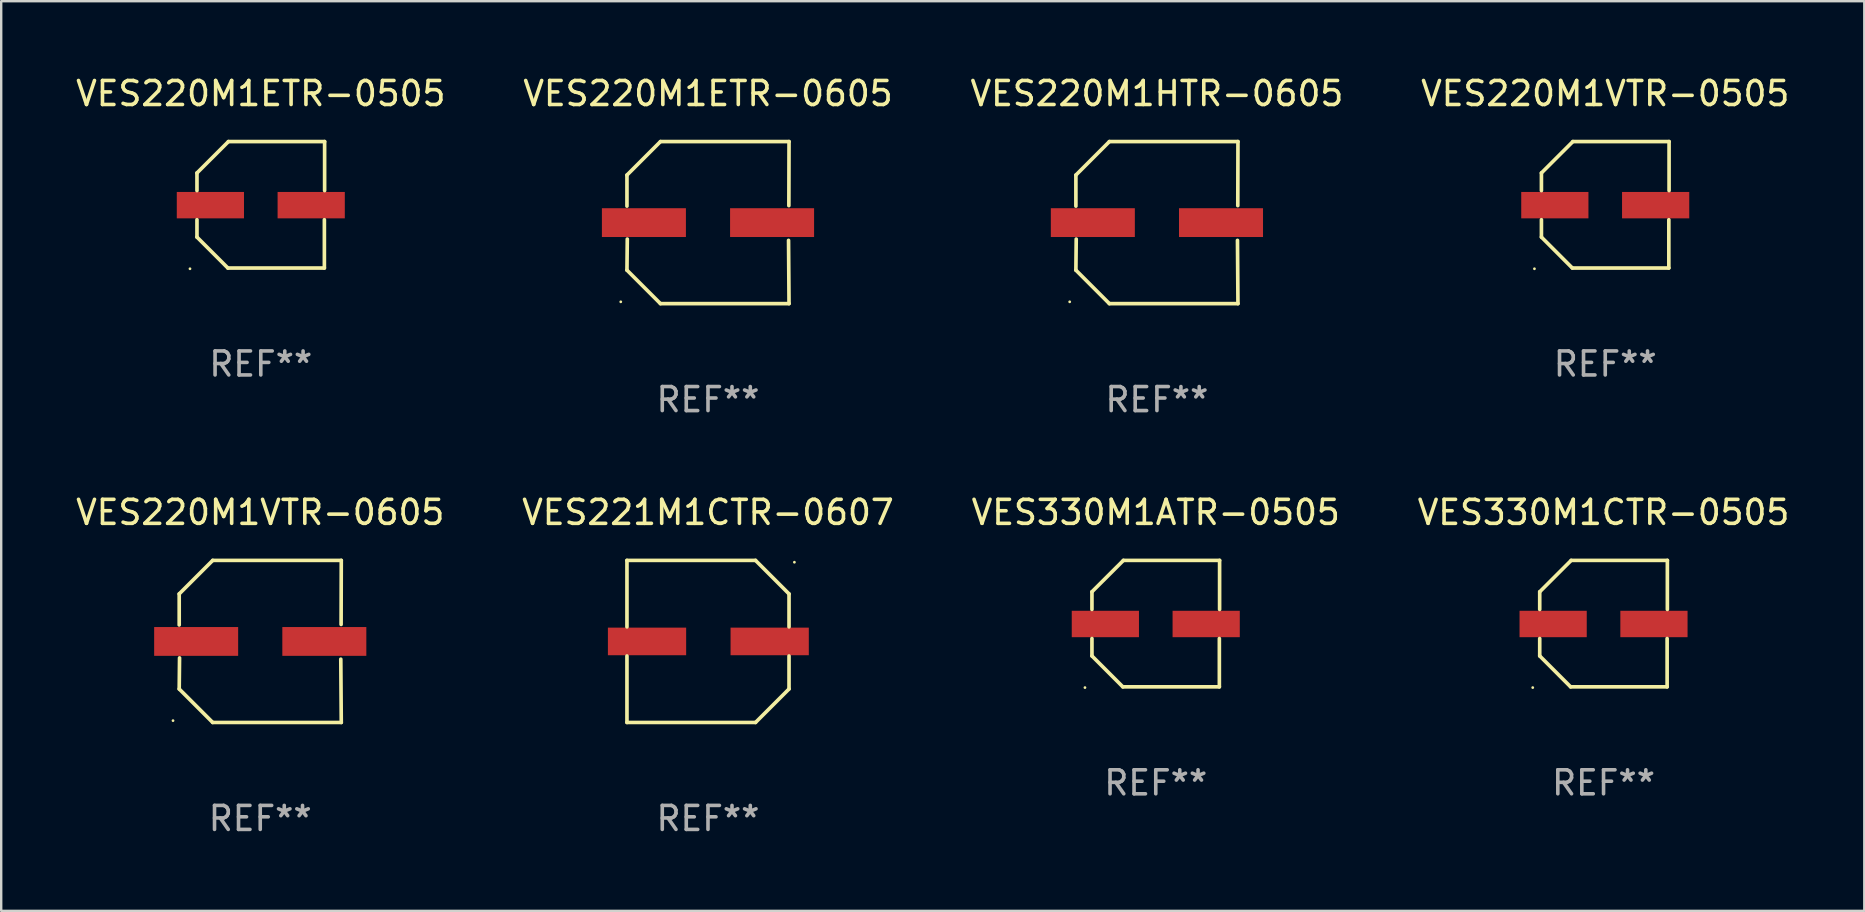
<source format=kicad_pcb>
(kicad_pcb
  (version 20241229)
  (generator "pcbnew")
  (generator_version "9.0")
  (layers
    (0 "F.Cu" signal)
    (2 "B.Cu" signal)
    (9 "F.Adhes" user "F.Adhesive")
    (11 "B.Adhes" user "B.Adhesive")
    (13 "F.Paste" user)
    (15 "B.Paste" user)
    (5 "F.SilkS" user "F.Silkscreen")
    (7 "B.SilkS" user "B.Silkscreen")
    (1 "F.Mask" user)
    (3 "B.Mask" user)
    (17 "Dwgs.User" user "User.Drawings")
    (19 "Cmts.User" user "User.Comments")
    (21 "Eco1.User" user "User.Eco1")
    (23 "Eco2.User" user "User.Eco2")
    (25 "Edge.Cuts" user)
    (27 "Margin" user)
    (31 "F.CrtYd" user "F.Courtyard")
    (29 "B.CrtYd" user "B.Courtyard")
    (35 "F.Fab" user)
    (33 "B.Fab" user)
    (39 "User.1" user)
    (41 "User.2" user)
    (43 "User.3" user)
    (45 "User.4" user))
  (footprint "VES220M1VTR-0505"
    (layer "F.Cu")
    (at 63.827 5.482)
    (property "Reference" "VES220M1VTR-0505" (at 0 -4.634 0) (layer "F.SilkS") (effects (font (size 1 1) (thickness 0.15))))
    (attr through_hole)
    (fp_line (start -2.659 -1.326) (end -2.659 -0.592) (stroke (width 0.152) (type solid)) (layer "F.SilkS"))
    (fp_line (start -2.659 1.346) (end -2.659 0.622) (stroke (width 0.152) (type solid)) (layer "F.SilkS"))
    (fp_line (start -1.372 2.634) (end -2.659 1.346) (stroke (width 0.152) (type solid)) (layer "F.SilkS"))
    (fp_line (start -1.349 -2.634) (end -2.659 -1.326) (stroke (width 0.152) (type solid)) (layer "F.SilkS"))
    (fp_line (start 2.649 0.622) (end 2.649 2.634) (stroke (width 0.152) (type solid)) (layer "F.SilkS"))
    (fp_line (start 2.649 2.634) (end -1.372 2.634) (stroke (width 0.152) (type solid)) (layer "F.SilkS"))
    (fp_line (start 2.659 -2.634) (end -1.349 -2.634) (stroke (width 0.152) (type solid)) (layer "F.SilkS"))
    (fp_line (start 2.659 -0.592) (end 2.659 -2.634) (stroke (width 0.152) (type solid)) (layer "F.SilkS"))
    (fp_circle (center -2.95 2.665) (end -2.92 2.665) (stroke (width 0.06) (type solid)) (fill no) (layer "F.SilkS"))
    (fp_text user "REF**" (at 0 6.634 0) (layer "F.Fab") (effects (font (size 1 1) (thickness 0.15))))
    (pad "1" smd rect (at -2.1 0.015) (size 2.8 1.1) (layers "F.Cu" "F.Mask" "F.Paste"))
    (pad "2" smd rect (at 2.1 0.015) (size 2.8 1.1) (layers "F.Cu" "F.Mask" "F.Paste")))
  (footprint "VES220M1HTR-0605"
    (layer "F.Cu")
    (at 45.149 6.224)
    (property "Reference" "VES220M1HTR-0605" (at 0 -5.376 0) (layer "F.SilkS") (effects (font (size 1 1) (thickness 0.15))))
    (attr through_hole)
    (fp_line (start -3.376 -1.98) (end -3.376 -0.686) (stroke (width 0.152) (type solid)) (layer "F.SilkS"))
    (fp_line (start -3.376 1.981) (end -3.362 0.686) (stroke (width 0.152) (type solid)) (layer "F.SilkS"))
    (fp_line (start -1.981 3.376) (end -3.376 1.981) (stroke (width 0.152) (type solid)) (layer "F.SilkS"))
    (fp_line (start -1.98 -3.376) (end -3.376 -1.98) (stroke (width 0.152) (type solid)) (layer "F.SilkS"))
    (fp_line (start 3.356 0.74) (end 3.376 3.376) (stroke (width 0.152) (type solid)) (layer "F.SilkS"))
    (fp_line (start 3.369 -0.707) (end 3.376 -3.376) (stroke (width 0.152) (type solid)) (layer "F.SilkS"))
    (fp_line (start 3.376 3.376) (end -1.981 3.376) (stroke (width 0.152) (type solid)) (layer "F.SilkS"))
    (fp_line (start 3.376 -3.376) (end -1.98 -3.376) (stroke (width 0.152) (type solid)) (layer "F.SilkS"))
    (fp_circle (center -3.634 3.3) (end -3.604 3.3) (stroke (width 0.06) (type solid)) (fill no) (layer "F.SilkS"))
    (fp_text user "REF**" (at 0 7.376 0) (layer "F.Fab") (effects (font (size 1 1) (thickness 0.15))))
    (pad "1" smd rect (at -2.67 0.000254) (size 3.5 1.2) (layers "F.Cu" "F.Mask" "F.Paste"))
    (pad "2" smd rect (at 2.67 0.000254) (size 3.5 1.2) (layers "F.Cu" "F.Mask" "F.Paste")))
  (footprint "VES220M1ETR-0505"
    (layer "F.Cu")
    (at 7.815 5.482)
    (property "Reference" "VES220M1ETR-0505" (at 0 -4.634 0) (layer "F.SilkS") (effects (font (size 1 1) (thickness 0.15))))
    (attr through_hole)
    (fp_line (start -2.659 -1.326) (end -2.659 -0.592) (stroke (width 0.152) (type solid)) (layer "F.SilkS"))
    (fp_line (start -2.659 1.346) (end -2.659 0.622) (stroke (width 0.152) (type solid)) (layer "F.SilkS"))
    (fp_line (start -1.372 2.634) (end -2.659 1.346) (stroke (width 0.152) (type solid)) (layer "F.SilkS"))
    (fp_line (start -1.349 -2.634) (end -2.659 -1.326) (stroke (width 0.152) (type solid)) (layer "F.SilkS"))
    (fp_line (start 2.649 0.622) (end 2.649 2.634) (stroke (width 0.152) (type solid)) (layer "F.SilkS"))
    (fp_line (start 2.649 2.634) (end -1.372 2.634) (stroke (width 0.152) (type solid)) (layer "F.SilkS"))
    (fp_line (start 2.659 -2.634) (end -1.349 -2.634) (stroke (width 0.152) (type solid)) (layer "F.SilkS"))
    (fp_line (start 2.659 -0.592) (end 2.659 -2.634) (stroke (width 0.152) (type solid)) (layer "F.SilkS"))
    (fp_circle (center -2.95 2.665) (end -2.92 2.665) (stroke (width 0.06) (type solid)) (fill no) (layer "F.SilkS"))
    (fp_text user "REF**" (at 0 6.634 0) (layer "F.Fab") (effects (font (size 1 1) (thickness 0.15))))
    (pad "1" smd rect (at -2.1 0.015) (size 2.8 1.1) (layers "F.Cu" "F.Mask" "F.Paste"))
    (pad "2" smd rect (at 2.1 0.015) (size 2.8 1.1) (layers "F.Cu" "F.Mask" "F.Paste")))
  (footprint "VES221M1CTR-0607"
    (layer "F.Cu")
    (at 26.446 23.673)
    (property "Reference" "VES221M1CTR-0607" (at 0 -5.376 0) (layer "F.SilkS") (effects (font (size 1 1) (thickness 0.15))))
    (attr through_hole)
    (fp_line (start -3.376 -3.376) (end 1.98 -3.376) (stroke (width 0.152) (type solid)) (layer "F.SilkS"))
    (fp_line (start -3.376 -0.607) (end -3.376 -3.376) (stroke (width 0.152) (type solid)) (layer "F.SilkS"))
    (fp_line (start -3.376 0.607) (end -3.376 3.376) (stroke (width 0.152) (type solid)) (layer "F.SilkS"))
    (fp_line (start -3.376 3.376) (end 1.98 3.376) (stroke (width 0.152) (type solid)) (layer "F.SilkS"))
    (fp_line (start 1.98 -3.376) (end 3.376 -1.98) (stroke (width 0.152) (type solid)) (layer "F.SilkS"))
    (fp_line (start 1.98 3.376) (end 3.376 1.98) (stroke (width 0.152) (type solid)) (layer "F.SilkS"))
    (fp_line (start 3.376 -1.98) (end 3.376 -0.607) (stroke (width 0.152) (type solid)) (layer "F.SilkS"))
    (fp_line (start 3.376 1.98) (end 3.376 0.607) (stroke (width 0.152) (type solid)) (layer "F.SilkS"))
    (fp_circle (center 3.6 -3.3) (end 3.63 -3.3) (stroke (width 0.06) (type solid)) (fill no) (layer "F.SilkS"))
    (fp_text user "REF**" (at 0 7.376 0) (layer "F.Fab") (effects (font (size 1 1) (thickness 0.15))))
    (pad "1" smd rect (at 2.57 0 180) (size 3.26 1.15) (layers "F.Cu" "F.Mask" "F.Paste"))
    (pad "2" smd rect (at -2.54 0 180) (size 3.26 1.15) (layers "F.Cu" "F.Mask" "F.Paste")))
  (footprint "VES330M1CTR-0505"
    (layer "F.Cu")
    (at 63.756 22.931)
    (property "Reference" "VES330M1CTR-0505" (at 0 -4.634 0) (layer "F.SilkS") (effects (font (size 1 1) (thickness 0.15))))
    (attr through_hole)
    (fp_line (start -2.659 -1.326) (end -2.659 -0.592) (stroke (width 0.152) (type solid)) (layer "F.SilkS"))
    (fp_line (start -2.659 1.346) (end -2.659 0.622) (stroke (width 0.152) (type solid)) (layer "F.SilkS"))
    (fp_line (start -1.372 2.634) (end -2.659 1.346) (stroke (width 0.152) (type solid)) (layer "F.SilkS"))
    (fp_line (start -1.349 -2.634) (end -2.659 -1.326) (stroke (width 0.152) (type solid)) (layer "F.SilkS"))
    (fp_line (start 2.649 0.622) (end 2.649 2.634) (stroke (width 0.152) (type solid)) (layer "F.SilkS"))
    (fp_line (start 2.649 2.634) (end -1.372 2.634) (stroke (width 0.152) (type solid)) (layer "F.SilkS"))
    (fp_line (start 2.659 -2.634) (end -1.349 -2.634) (stroke (width 0.152) (type solid)) (layer "F.SilkS"))
    (fp_line (start 2.659 -0.592) (end 2.659 -2.634) (stroke (width 0.152) (type solid)) (layer "F.SilkS"))
    (fp_circle (center -2.95 2.665) (end -2.92 2.665) (stroke (width 0.06) (type solid)) (fill no) (layer "F.SilkS"))
    (fp_text user "REF**" (at 0 6.634 0) (layer "F.Fab") (effects (font (size 1 1) (thickness 0.15))))
    (pad "1" smd rect (at -2.1 0.015) (size 2.8 1.1) (layers "F.Cu" "F.Mask" "F.Paste"))
    (pad "2" smd rect (at 2.1 0.015) (size 2.8 1.1) (layers "F.Cu" "F.Mask" "F.Paste")))
  (footprint "VES220M1VTR-0605"
    (layer "F.Cu")
    (at 7.792 23.673)
    (property "Reference" "VES220M1VTR-0605" (at 0 -5.376 0) (layer "F.SilkS") (effects (font (size 1 1) (thickness 0.15))))
    (attr through_hole)
    (fp_line (start -3.376 -1.98) (end -3.376 -0.686) (stroke (width 0.152) (type solid)) (layer "F.SilkS"))
    (fp_line (start -3.376 1.981) (end -3.362 0.686) (stroke (width 0.152) (type solid)) (layer "F.SilkS"))
    (fp_line (start -1.981 3.376) (end -3.376 1.981) (stroke (width 0.152) (type solid)) (layer "F.SilkS"))
    (fp_line (start -1.98 -3.376) (end -3.376 -1.98) (stroke (width 0.152) (type solid)) (layer "F.SilkS"))
    (fp_line (start 3.356 0.74) (end 3.376 3.376) (stroke (width 0.152) (type solid)) (layer "F.SilkS"))
    (fp_line (start 3.369 -0.707) (end 3.376 -3.376) (stroke (width 0.152) (type solid)) (layer "F.SilkS"))
    (fp_line (start 3.376 3.376) (end -1.981 3.376) (stroke (width 0.152) (type solid)) (layer "F.SilkS"))
    (fp_line (start 3.376 -3.376) (end -1.98 -3.376) (stroke (width 0.152) (type solid)) (layer "F.SilkS"))
    (fp_circle (center -3.634 3.3) (end -3.604 3.3) (stroke (width 0.06) (type solid)) (fill no) (layer "F.SilkS"))
    (fp_text user "REF**" (at 0 7.376 0) (layer "F.Fab") (effects (font (size 1 1) (thickness 0.15))))
    (pad "1" smd rect (at -2.67 0.000254) (size 3.5 1.2) (layers "F.Cu" "F.Mask" "F.Paste"))
    (pad "2" smd rect (at 2.67 0.000254) (size 3.5 1.2) (layers "F.Cu" "F.Mask" "F.Paste")))
  (footprint "VES330M1ATR-0505"
    (layer "F.Cu")
    (at 45.101 22.931)
    (property "Reference" "VES330M1ATR-0505" (at 0 -4.634 0) (layer "F.SilkS") (effects (font (size 1 1) (thickness 0.15))))
    (attr through_hole)
    (fp_line (start -2.659 -1.326) (end -2.659 -0.592) (stroke (width 0.152) (type solid)) (layer "F.SilkS"))
    (fp_line (start -2.659 1.346) (end -2.659 0.622) (stroke (width 0.152) (type solid)) (layer "F.SilkS"))
    (fp_line (start -1.372 2.634) (end -2.659 1.346) (stroke (width 0.152) (type solid)) (layer "F.SilkS"))
    (fp_line (start -1.349 -2.634) (end -2.659 -1.326) (stroke (width 0.152) (type solid)) (layer "F.SilkS"))
    (fp_line (start 2.649 0.622) (end 2.649 2.634) (stroke (width 0.152) (type solid)) (layer "F.SilkS"))
    (fp_line (start 2.649 2.634) (end -1.372 2.634) (stroke (width 0.152) (type solid)) (layer "F.SilkS"))
    (fp_line (start 2.659 -2.634) (end -1.349 -2.634) (stroke (width 0.152) (type solid)) (layer "F.SilkS"))
    (fp_line (start 2.659 -0.592) (end 2.659 -2.634) (stroke (width 0.152) (type solid)) (layer "F.SilkS"))
    (fp_circle (center -2.95 2.665) (end -2.92 2.665) (stroke (width 0.06) (type solid)) (fill no) (layer "F.SilkS"))
    (fp_text user "REF**" (at 0 6.634 0) (layer "F.Fab") (effects (font (size 1 1) (thickness 0.15))))
    (pad "1" smd rect (at -2.1 0.015) (size 2.8 1.1) (layers "F.Cu" "F.Mask" "F.Paste"))
    (pad "2" smd rect (at 2.1 0.015) (size 2.8 1.1) (layers "F.Cu" "F.Mask" "F.Paste")))
  (footprint "VES220M1ETR-0605"
    (layer "F.Cu")
    (at 26.446 6.224)
    (property "Reference" "VES220M1ETR-0605" (at 0 -5.376 0) (layer "F.SilkS") (effects (font (size 1 1) (thickness 0.15))))
    (attr through_hole)
    (fp_line (start -3.376 -1.98) (end -3.376 -0.686) (stroke (width 0.152) (type solid)) (layer "F.SilkS"))
    (fp_line (start -3.376 1.981) (end -3.362 0.686) (stroke (width 0.152) (type solid)) (layer "F.SilkS"))
    (fp_line (start -1.981 3.376) (end -3.376 1.981) (stroke (width 0.152) (type solid)) (layer "F.SilkS"))
    (fp_line (start -1.98 -3.376) (end -3.376 -1.98) (stroke (width 0.152) (type solid)) (layer "F.SilkS"))
    (fp_line (start 3.356 0.74) (end 3.376 3.376) (stroke (width 0.152) (type solid)) (layer "F.SilkS"))
    (fp_line (start 3.369 -0.707) (end 3.376 -3.376) (stroke (width 0.152) (type solid)) (layer "F.SilkS"))
    (fp_line (start 3.376 3.376) (end -1.981 3.376) (stroke (width 0.152) (type solid)) (layer "F.SilkS"))
    (fp_line (start 3.376 -3.376) (end -1.98 -3.376) (stroke (width 0.152) (type solid)) (layer "F.SilkS"))
    (fp_circle (center -3.634 3.3) (end -3.604 3.3) (stroke (width 0.06) (type solid)) (fill no) (layer "F.SilkS"))
    (fp_text user "REF**" (at 0 7.376 0) (layer "F.Fab") (effects (font (size 1 1) (thickness 0.15))))
    (pad "1" smd rect (at -2.67 0.000254) (size 3.5 1.2) (layers "F.Cu" "F.Mask" "F.Paste"))
    (pad "2" smd rect (at 2.67 0.000254) (size 3.5 1.2) (layers "F.Cu" "F.Mask" "F.Paste")))
  (gr_rect
    (start -3 -3)
    (end 74.619 34.897)
    (stroke (width 0.1) (type default))
    (fill no)
    (layer "Edge.Cuts")))
</source>
